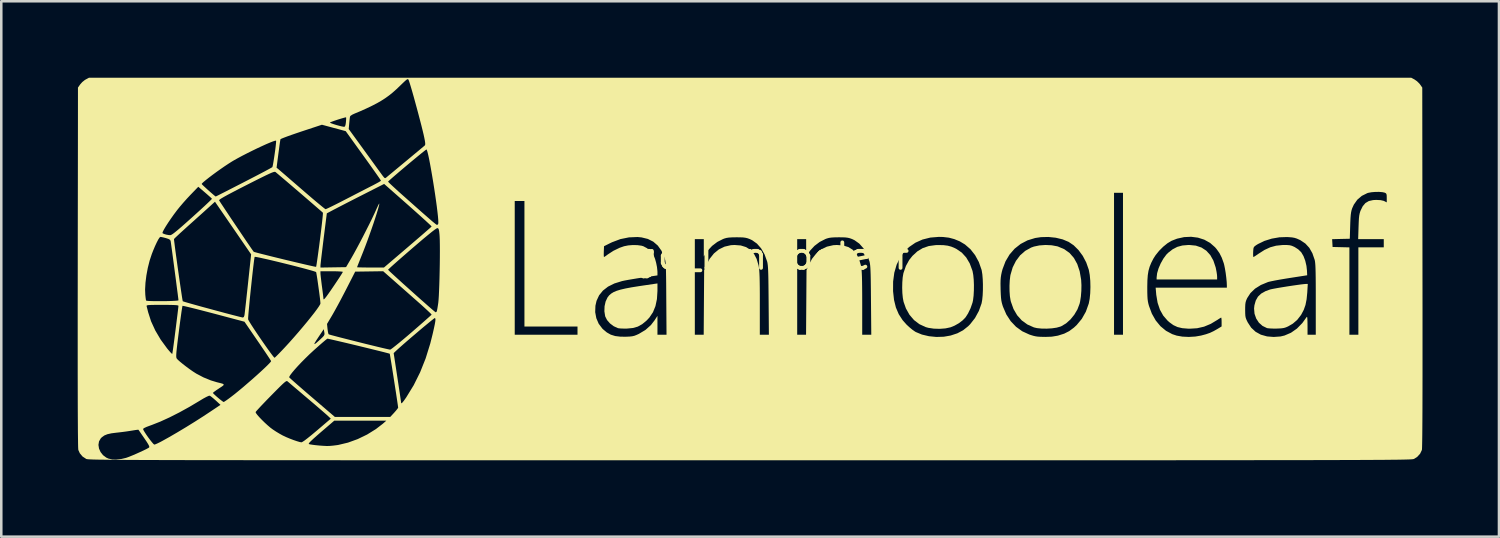
<source format=kicad_pcb>
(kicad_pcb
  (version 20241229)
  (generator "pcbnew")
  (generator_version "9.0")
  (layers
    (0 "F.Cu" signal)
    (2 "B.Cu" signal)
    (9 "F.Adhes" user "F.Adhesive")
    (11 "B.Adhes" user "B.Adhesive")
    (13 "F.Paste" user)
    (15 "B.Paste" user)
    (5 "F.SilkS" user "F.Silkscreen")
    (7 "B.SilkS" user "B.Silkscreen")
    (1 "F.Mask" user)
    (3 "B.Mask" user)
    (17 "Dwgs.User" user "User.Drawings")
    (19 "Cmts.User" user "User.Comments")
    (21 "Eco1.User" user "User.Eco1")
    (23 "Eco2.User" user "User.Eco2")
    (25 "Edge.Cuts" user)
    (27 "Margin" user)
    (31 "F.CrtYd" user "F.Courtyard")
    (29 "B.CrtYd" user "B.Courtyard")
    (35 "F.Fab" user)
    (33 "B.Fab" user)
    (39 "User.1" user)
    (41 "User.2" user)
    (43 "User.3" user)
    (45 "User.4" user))
  (footprint "Logo_Lannooleaf"
    (layer "F.Cu")
    (at 26.393 7.509)
    (property "Reference" "Logo_Lannooleaf" (at 0 -0.5 0) (unlocked yes) (layer "F.SilkS") (effects (font (size 1 1) (thickness 0.15))))
    (fp_poly (pts (xy 17.495 -0.918) (xy 17.716 -0.843) (xy 17.905 -0.72) (xy 18.062 -0.548) (xy 18.184 -0.33) (xy 18.273 -0.065) (xy 18.287 0.000182) (xy 18.31 0.12) (xy 18.326 0.232) (xy 18.331 0.31) (xy 18.331 0.411) (xy 15.956 0.411) (xy 15.956 0.334) (xy 15.976 0.165) (xy 16.032 -0.026) (xy 16.117 -0.222) (xy 16.221 -0.407) (xy 16.337 -0.564) (xy 16.406 -0.634) (xy 16.585 -0.774) (xy 16.767 -0.869) (xy 16.967 -0.923) (xy 17.2 -0.943) (xy 17.243 -0.943)) (stroke (width 0) (type solid)) (fill yes) (layer "F.SilkS"))
    (fp_poly (pts (xy -3.637 0.863) (xy -3.657 1.179) (xy -3.715 1.455) (xy -3.813 1.696) (xy -3.954 1.906) (xy -4.066 2.025) (xy -4.237 2.166) (xy -4.408 2.261) (xy -4.597 2.315) (xy -4.82 2.337) (xy -4.839 2.338) (xy -4.97 2.338) (xy -5.086 2.334) (xy -5.169 2.325) (xy -5.192 2.32) (xy -5.355 2.245) (xy -5.501 2.135) (xy -5.616 2.003) (xy -5.687 1.861) (xy -5.69 1.85) (xy -5.72 1.66) (xy -5.713 1.462) (xy -5.671 1.274) (xy -5.597 1.117) (xy -5.594 1.112) (xy -5.532 1.033) (xy -5.455 0.966) (xy -5.359 0.907) (xy -5.236 0.855) (xy -5.08 0.808) (xy -4.886 0.763) (xy -4.646 0.718) (xy -4.356 0.672) (xy -4.29 0.662) (xy -3.637 0.566)) (stroke (width 0) (type solid)) (fill yes) (layer "F.SilkS"))
    (fp_poly (pts (xy 21.869 0.925) (xy 21.843 1.189) (xy 21.799 1.411) (xy 21.731 1.604) (xy 21.637 1.782) (xy 21.621 1.808) (xy 21.475 1.996) (xy 21.302 2.145) (xy 21.118 2.252) (xy 21.032 2.29) (xy 20.949 2.315) (xy 20.852 2.329) (xy 20.722 2.336) (xy 20.664 2.338) (xy 20.528 2.338) (xy 20.407 2.333) (xy 20.316 2.324) (xy 20.286 2.318) (xy 20.112 2.233) (xy 19.97 2.106) (xy 19.864 1.943) (xy 19.799 1.756) (xy 19.781 1.552) (xy 19.795 1.423) (xy 19.848 1.236) (xy 19.934 1.085) (xy 20.06 0.965) (xy 20.231 0.869) (xy 20.41 0.804) (xy 20.478 0.788) (xy 20.593 0.766) (xy 20.743 0.739) (xy 20.915 0.711) (xy 21.1 0.681) (xy 21.286 0.653) (xy 21.46 0.628) (xy 21.613 0.607) (xy 21.732 0.593) (xy 21.806 0.587) (xy 21.811 0.587) (xy 21.889 0.587)) (stroke (width 0) (type solid)) (fill yes) (layer "F.SilkS"))
    (fp_poly (pts (xy 11.834 -0.932) (xy 12.052 -0.892) (xy 12.085 -0.882) (xy 12.331 -0.778) (xy 12.539 -0.628) (xy 12.709 -0.434) (xy 12.841 -0.194) (xy 12.936 0.09) (xy 12.993 0.418) (xy 12.994 0.431) (xy 13.005 0.636) (xy 13.001 0.861) (xy 12.983 1.083) (xy 12.952 1.28) (xy 12.932 1.364) (xy 12.848 1.585) (xy 12.724 1.795) (xy 12.572 1.982) (xy 12.399 2.136) (xy 12.216 2.245) (xy 12.18 2.26) (xy 12.031 2.302) (xy 11.845 2.329) (xy 11.642 2.341) (xy 11.441 2.338) (xy 11.26 2.32) (xy 11.14 2.292) (xy 10.884 2.178) (xy 10.664 2.019) (xy 10.482 1.816) (xy 10.339 1.571) (xy 10.237 1.285) (xy 10.223 1.229) (xy 10.197 1.068) (xy 10.183 0.87) (xy 10.181 0.657) (xy 10.191 0.449) (xy 10.213 0.266) (xy 10.221 0.225) (xy 10.307 -0.065) (xy 10.435 -0.32) (xy 10.599 -0.538) (xy 10.798 -0.712) (xy 11.027 -0.84) (xy 11.141 -0.881) (xy 11.354 -0.926) (xy 11.593 -0.943)) (stroke (width 0) (type solid)) (fill yes) (layer "F.SilkS"))
    (fp_poly (pts (xy 7.595 -0.936) (xy 7.755 -0.916) (xy 7.897 -0.878) (xy 8.041 -0.817) (xy 8.104 -0.784) (xy 8.309 -0.643) (xy 8.482 -0.453) (xy 8.621 -0.218) (xy 8.724 0.061) (xy 8.732 0.088) (xy 8.759 0.234) (xy 8.777 0.42) (xy 8.785 0.628) (xy 8.783 0.843) (xy 8.772 1.046) (xy 8.751 1.22) (xy 8.73 1.318) (xy 8.653 1.54) (xy 8.552 1.748) (xy 8.453 1.901) (xy 8.341 2.016) (xy 8.192 2.129) (xy 8.024 2.224) (xy 7.867 2.288) (xy 7.668 2.331) (xy 7.441 2.348) (xy 7.21 2.341) (xy 6.997 2.309) (xy 6.892 2.28) (xy 6.646 2.166) (xy 6.434 2.005) (xy 6.257 1.799) (xy 6.117 1.55) (xy 6.024 1.289) (xy 5.995 1.137) (xy 5.976 0.946) (xy 5.969 0.736) (xy 5.974 0.524) (xy 5.989 0.329) (xy 6.016 0.171) (xy 6.021 0.153) (xy 6.116 -0.121) (xy 6.243 -0.353) (xy 6.371 -0.514) (xy 6.564 -0.692) (xy 6.775 -0.82) (xy 7.011 -0.901) (xy 7.281 -0.938) (xy 7.397 -0.941)) (stroke (width 0) (type solid)) (fill yes) (layer "F.SilkS"))
    (fp_poly (pts (xy 26.077 -7.44) (xy 26.175 -7.372) (xy 26.267 -7.282) (xy 26.295 -7.247) (xy 26.383 -7.122) (xy 26.391 -0.063) (xy 26.392 0.784) (xy 26.393 1.573) (xy 26.393 2.305) (xy 26.393 2.982) (xy 26.393 3.603) (xy 26.393 4.171) (xy 26.392 4.685) (xy 26.391 5.147) (xy 26.39 5.558) (xy 26.388 5.918) (xy 26.386 6.229) (xy 26.384 6.491) (xy 26.381 6.705) (xy 26.378 6.873) (xy 26.375 6.995) (xy 26.372 7.072) (xy 26.368 7.104) (xy 26.297 7.252) (xy 26.182 7.377) (xy 26.061 7.453) (xy 26.053 7.456) (xy 26.042 7.459) (xy 26.027 7.462) (xy 26.007 7.465) (xy 25.981 7.468) (xy 25.947 7.47) (xy 25.905 7.473) (xy 25.852 7.475) (xy 25.789 7.477) (xy 25.714 7.479) (xy 25.626 7.481) (xy 25.523 7.483) (xy 25.405 7.485) (xy 25.27 7.486) (xy 25.118 7.488) (xy 24.946 7.49) (xy 24.755 7.491) (xy 24.542 7.492) (xy 24.308 7.494) (xy 24.049 7.495) (xy 23.766 7.496) (xy 23.458 7.497) (xy 23.122 7.498) (xy 22.759 7.499) (xy 22.366 7.5) (xy 21.943 7.501) (xy 21.488 7.501) (xy 21.001 7.502) (xy 20.48 7.503) (xy 19.925 7.503) (xy 19.333 7.504) (xy 18.704 7.504) (xy 18.037 7.505) (xy 17.33 7.505) (xy 16.583 7.506) (xy 15.794 7.506) (xy 14.962 7.506) (xy 14.086 7.506) (xy 13.165 7.507) (xy 12.198 7.507) (xy 11.183 7.507) (xy 10.12 7.507) (xy 9.007 7.507) (xy 7.843 7.507) (xy 6.627 7.507) (xy 5.358 7.507) (xy 4.034 7.507) (xy 2.655 7.507) (xy 1.22 7.507) (xy 0 7.507) (xy -1.483 7.507) (xy -2.908 7.507) (xy -4.277 7.507) (xy -5.59 7.507) (xy -6.85 7.507) (xy -8.056 7.507) (xy -9.211 7.507) (xy -10.315 7.507) (xy -11.369 7.507) (xy -12.376 7.507) (xy -13.334 7.506) (xy -14.247 7.506) (xy -15.115 7.506) (xy -15.939 7.506) (xy -16.721 7.505) (xy -17.46 7.505) (xy -18.16 7.505) (xy -18.82 7.504) (xy -19.442 7.504) (xy -20.027 7.503) (xy -20.577 7.503) (xy -21.091 7.502) (xy -21.572 7.501) (xy -22.021 7.501) (xy -22.439 7.5) (xy -22.826 7.499) (xy -23.185 7.498) (xy -23.515 7.497) (xy -23.819 7.496) (xy -24.098 7.495) (xy -24.352 7.494) (xy -24.582 7.492) (xy -24.791 7.491) (xy -24.979 7.489) (xy -25.147 7.488) (xy -25.296 7.486) (xy -25.427 7.484) (xy -25.543 7.483) (xy -25.643 7.481) (xy -25.728 7.479) (xy -25.801 7.477) (xy -25.862 7.474) (xy -25.913 7.472) (xy -25.954 7.47) (xy -25.986 7.467) (xy -26.011 7.465) (xy -26.03 7.462) (xy -26.045 7.459) (xy -26.055 7.456) (xy -26.061 7.453) (xy -26.202 7.361) (xy -26.311 7.231) (xy -26.368 7.104) (xy -26.372 7.069) (xy -26.376 6.989) (xy -26.378 6.904) (xy -25.579 6.904) (xy -25.557 7.047) (xy -25.496 7.184) (xy -25.399 7.307) (xy -25.271 7.403) (xy -25.18 7.444) (xy -25.038 7.473) (xy -24.864 7.476) (xy -24.677 7.456) (xy -24.496 7.413) (xy -24.48 7.408) (xy -24.376 7.37) (xy -24.246 7.317) (xy -24.101 7.255) (xy -23.954 7.189) (xy -23.816 7.125) (xy -23.701 7.069) (xy -23.62 7.025) (xy -23.592 7.006) (xy -23.582 6.984) (xy -23.592 6.943) (xy -23.626 6.877) (xy -23.688 6.777) (xy -23.776 6.647) (xy -23.859 6.527) (xy -23.929 6.425) (xy -23.98 6.35) (xy -24.007 6.313) (xy -24.009 6.31) (xy -24.04 6.31) (xy -24.115 6.319) (xy -24.222 6.336) (xy -24.291 6.347) (xy -24.451 6.372) (xy -24.636 6.397) (xy -24.814 6.418) (xy -24.863 6.423) (xy -25.068 6.449) (xy -25.225 6.484) (xy -25.346 6.533) (xy -25.441 6.6) (xy -25.488 6.647) (xy -25.557 6.767) (xy -25.579 6.904) (xy -26.378 6.904) (xy -26.379 6.865) (xy -26.381 6.695) (xy -26.384 6.478) (xy -26.386 6.281) (xy -23.827 6.281) (xy -23.809 6.328) (xy -23.763 6.406) (xy -23.699 6.504) (xy -23.624 6.611) (xy -23.547 6.714) (xy -23.476 6.803) (xy -23.42 6.867) (xy -23.386 6.892) (xy -23.385 6.893) (xy -23.34 6.879) (xy -23.286 6.856) (xy -17.325 6.856) (xy -17.321 6.87) (xy -17.272 6.884) (xy -17.177 6.899) (xy -17.051 6.915) (xy -16.908 6.929) (xy -16.76 6.94) (xy -16.622 6.947) (xy -16.599 6.947) (xy -16.494 6.944) (xy -16.356 6.931) (xy -16.209 6.912) (xy -16.159 6.904) (xy -15.783 6.814) (xy -15.403 6.676) (xy -15.033 6.497) (xy -14.688 6.283) (xy -14.421 6.077) (xy -14.28 5.954) (xy -16.324 5.954) (xy -16.844 6.4) (xy -17.019 6.552) (xy -17.152 6.671) (xy -17.245 6.759) (xy -17.302 6.819) (xy -17.325 6.856) (xy -23.286 6.856) (xy -23.258 6.843) (xy -23.152 6.791) (xy -23.086 6.756) (xy -22.798 6.596) (xy -22.477 6.409) (xy -22.137 6.205) (xy -21.79 5.99) (xy -21.452 5.774) (xy -21.213 5.616) (xy -19.411 5.616) (xy -19.395 5.657) (xy -19.343 5.727) (xy -19.263 5.818) (xy -19.163 5.922) (xy -19.052 6.031) (xy -18.937 6.136) (xy -18.828 6.229) (xy -18.735 6.298) (xy -18.608 6.382) (xy -18.468 6.466) (xy -18.344 6.535) (xy -18.331 6.541) (xy -18.21 6.598) (xy -18.069 6.657) (xy -17.925 6.712) (xy -17.791 6.758) (xy -17.682 6.79) (xy -17.611 6.803) (xy -17.61 6.803) (xy -17.568 6.784) (xy -17.485 6.729) (xy -17.368 6.639) (xy -17.218 6.519) (xy -17.04 6.37) (xy -17.004 6.34) (xy -16.458 5.874) (xy -16.566 5.772) (xy -16.615 5.727) (xy -16.702 5.651) (xy -16.822 5.547) (xy -16.966 5.423) (xy -17.13 5.282) (xy -17.307 5.132) (xy -17.393 5.059) (xy -17.57 4.909) (xy -17.734 4.769) (xy -17.88 4.646) (xy -18.001 4.543) (xy -18.092 4.465) (xy -18.148 4.418) (xy -18.161 4.407) (xy -18.178 4.398) (xy -18.202 4.401) (xy -18.237 4.421) (xy -18.287 4.46) (xy -18.358 4.524) (xy -18.454 4.617) (xy -18.579 4.742) (xy -18.739 4.904) (xy -18.806 4.972) (xy -18.959 5.128) (xy -19.097 5.272) (xy -19.217 5.398) (xy -19.312 5.501) (xy -19.378 5.574) (xy -19.409 5.613) (xy -19.411 5.616) (xy -21.213 5.616) (xy -21.181 5.595) (xy -20.788 5.332) (xy -20.975 5.16) (xy -21.066 5.08) (xy -21.145 5.016) (xy -21.199 4.977) (xy -21.21 4.972) (xy -21.255 4.98) (xy -21.342 5.02) (xy -21.464 5.086) (xy -21.605 5.171) (xy -22.006 5.41) (xy -22.403 5.629) (xy -22.788 5.824) (xy -23.151 5.99) (xy -23.483 6.121) (xy -23.552 6.146) (xy -23.688 6.197) (xy -23.781 6.24) (xy -23.825 6.273) (xy -23.827 6.281) (xy -26.386 6.281) (xy -26.386 6.213) (xy -26.388 5.9) (xy -26.39 5.537) (xy -26.391 5.124) (xy -26.392 4.659) (xy -26.393 4.142) (xy -26.393 3.571) (xy -26.393 3.416) (xy -22.526 3.416) (xy -22.523 3.464) (xy -22.515 3.496) (xy -22.508 3.511) (xy -22.463 3.562) (xy -22.379 3.637) (xy -22.268 3.728) (xy -22.139 3.828) (xy -22.004 3.928) (xy -21.872 4.02) (xy -21.755 4.095) (xy -21.736 4.107) (xy -21.456 4.254) (xy -21.165 4.373) (xy -20.927 4.445) (xy -20.785 4.48) (xy -20.696 4.506) (xy -20.66 4.532) (xy -20.673 4.565) (xy -20.733 4.612) (xy -20.838 4.68) (xy -20.85 4.689) (xy -20.952 4.757) (xy -21.031 4.814) (xy -21.078 4.853) (xy -21.087 4.863) (xy -21.064 4.892) (xy -21.008 4.946) (xy -20.931 5.015) (xy -20.846 5.087) (xy -20.765 5.152) (xy -20.7 5.2) (xy -20.666 5.22) (xy -20.665 5.22) (xy -20.632 5.204) (xy -20.563 5.158) (xy -20.469 5.091) (xy -20.369 5.016) (xy -20.227 4.906) (xy -20.069 4.777) (xy -19.898 4.635) (xy -19.723 4.484) (xy -19.547 4.332) (xy -19.457 4.252) (xy -18.092 4.252) (xy -18.068 4.276) (xy -18.004 4.335) (xy -17.906 4.422) (xy -17.777 4.536) (xy -17.623 4.67) (xy -17.448 4.822) (xy -17.257 4.986) (xy -17.19 5.043) (xy -16.298 5.807) (xy -14.126 5.807) (xy -13.97 5.639) (xy -13.897 5.555) (xy -13.842 5.487) (xy -13.816 5.445) (xy -13.815 5.441) (xy -13.82 5.402) (xy -13.832 5.315) (xy -13.851 5.187) (xy -13.875 5.026) (xy -13.903 4.839) (xy -13.935 4.636) (xy -13.968 4.423) (xy -14.001 4.209) (xy -14.034 4.001) (xy -14.064 3.808) (xy -14.092 3.637) (xy -14.115 3.496) (xy -14.132 3.393) (xy -14.142 3.336) (xy -14.144 3.327) (xy -14.176 3.316) (xy -14.231 3.301) (xy -13.991 3.301) (xy -13.844 4.266) (xy -13.809 4.498) (xy -13.777 4.711) (xy -13.749 4.898) (xy -13.726 5.054) (xy -13.709 5.17) (xy -13.699 5.24) (xy -13.697 5.257) (xy -13.685 5.274) (xy -13.648 5.242) (xy -13.584 5.162) (xy -13.495 5.034) (xy -13.205 4.561) (xy -12.953 4.054) (xy -12.736 3.51) (xy -12.554 2.923) (xy -12.468 2.581) (xy -9.239 2.581) (xy -6.775 2.581) (xy -6.775 2.258) (xy -8.858 2.258) (xy -8.858 1.693) (xy -6.081 1.693) (xy -6.037 1.93) (xy -5.944 2.147) (xy -5.803 2.335) (xy -5.773 2.365) (xy -5.624 2.49) (xy -5.469 2.577) (xy -5.296 2.631) (xy -5.091 2.656) (xy -4.88 2.658) (xy -4.736 2.652) (xy -4.631 2.641) (xy -4.544 2.621) (xy -4.453 2.586) (xy -4.366 2.546) (xy -4.108 2.392) (xy -3.893 2.2) (xy -3.749 2.012) (xy -3.637 1.839) (xy -3.637 2.581) (xy -3.281 2.581) (xy -2.17 2.581) (xy -1.822 2.581) (xy -1.813 1.313) (xy -1.804 0.044) (xy -1.725 -0.141) (xy -1.588 -0.4) (xy -1.421 -0.61) (xy -1.226 -0.77) (xy -1.003 -0.878) (xy -0.755 -0.935) (xy -0.613 -0.943) (xy -0.367 -0.924) (xy -0.159 -0.86) (xy 0.013 -0.752) (xy 0.151 -0.598) (xy 0.256 -0.396) (xy 0.33 -0.145) (xy 0.338 -0.104) (xy 0.349 -0.032) (xy 0.359 0.059) (xy 0.366 0.174) (xy 0.372 0.318) (xy 0.376 0.497) (xy 0.379 0.717) (xy 0.381 0.984) (xy 0.381 1.303) (xy 0.381 1.352) (xy 0.381 2.581) (xy 0.737 2.581) (xy 1.848 2.581) (xy 2.196 2.581) (xy 2.205 1.313) (xy 2.214 0.044) (xy 2.294 -0.141) (xy 2.43 -0.4) (xy 2.597 -0.61) (xy 2.793 -0.77) (xy 3.015 -0.878) (xy 3.264 -0.935) (xy 3.405 -0.943) (xy 3.651 -0.924) (xy 3.86 -0.86) (xy 4.032 -0.752) (xy 4.169 -0.598) (xy 4.274 -0.396) (xy 4.348 -0.145) (xy 4.356 -0.104) (xy 4.368 -0.032) (xy 4.377 0.059) (xy 4.384 0.174) (xy 4.39 0.318) (xy 4.394 0.497) (xy 4.397 0.717) (xy 4.399 0.984) (xy 4.4 1.303) (xy 4.4 1.352) (xy 4.4 2.581) (xy 4.756 2.581) (xy 4.744 1.225) (xy 4.741 0.899) (xy 4.741 0.87) (xy 5.611 0.87) (xy 5.612 0.878) (xy 5.649 1.215) (xy 5.722 1.511) (xy 5.834 1.773) (xy 5.986 2.008) (xy 6.14 2.182) (xy 6.249 2.283) (xy 6.363 2.378) (xy 6.465 2.45) (xy 6.502 2.473) (xy 6.744 2.573) (xy 7.019 2.638) (xy 7.31 2.667) (xy 7.603 2.658) (xy 7.872 2.611) (xy 8.135 2.524) (xy 8.359 2.405) (xy 8.561 2.244) (xy 8.636 2.168) (xy 8.827 1.925) (xy 8.98 1.644) (xy 9.085 1.349) (xy 9.11 1.213) (xy 9.128 1.034) (xy 9.137 0.83) (xy 9.138 0.614) (xy 9.137 0.571) (xy 9.828 0.571) (xy 9.831 0.742) (xy 9.832 0.807) (xy 9.839 0.989) (xy 9.848 1.128) (xy 9.861 1.238) (xy 9.881 1.333) (xy 9.909 1.43) (xy 9.926 1.481) (xy 10.057 1.784) (xy 10.229 2.048) (xy 10.438 2.268) (xy 10.682 2.444) (xy 10.96 2.572) (xy 11.014 2.59) (xy 11.115 2.621) (xy 11.201 2.641) (xy 11.289 2.654) (xy 11.397 2.661) (xy 11.541 2.664) (xy 11.588 2.665) (xy 11.839 2.656) (xy 12.064 2.619) (xy 12.096 2.611) (xy 12.19 2.581) (xy 14.284 2.581) (xy 14.636 2.581) (xy 14.636 0.719) (xy 15.589 0.719) (xy 15.59 0.913) (xy 15.594 1.061) (xy 15.601 1.177) (xy 15.614 1.274) (xy 15.633 1.365) (xy 15.657 1.451) (xy 15.77 1.754) (xy 15.921 2.02) (xy 16.107 2.245) (xy 16.324 2.425) (xy 16.57 2.557) (xy 16.745 2.615) (xy 16.968 2.654) (xy 17.22 2.666) (xy 17.476 2.651) (xy 17.701 2.612) (xy 17.892 2.561) (xy 18.048 2.507) (xy 18.194 2.438) (xy 18.339 2.356) (xy 18.507 2.254) (xy 18.507 2.08) (xy 18.505 1.988) (xy 18.498 1.925) (xy 18.491 1.906) (xy 18.459 1.922) (xy 18.396 1.961) (xy 18.351 1.991) (xy 18.082 2.153) (xy 17.818 2.263) (xy 17.545 2.325) (xy 17.252 2.343) (xy 17.188 2.341) (xy 16.962 2.322) (xy 16.776 2.278) (xy 16.614 2.203) (xy 16.459 2.091) (xy 16.385 2.025) (xy 16.215 1.828) (xy 16.088 1.601) (xy 19.431 1.601) (xy 19.433 1.74) (xy 19.439 1.839) (xy 19.454 1.917) (xy 19.483 1.994) (xy 19.528 2.087) (xy 19.534 2.098) (xy 19.669 2.304) (xy 19.841 2.464) (xy 20.048 2.578) (xy 20.292 2.646) (xy 20.55 2.667) (xy 20.819 2.648) (xy 20.976 2.611) (xy 21.23 2.502) (xy 21.463 2.339) (xy 21.675 2.122) (xy 21.842 1.889) (xy 21.857 1.876) (xy 21.867 1.895) (xy 21.873 1.954) (xy 21.877 2.059) (xy 21.879 2.207) (xy 21.88 2.581) (xy 22.203 2.581) (xy 22.203 1.194) (xy 22.203 0.857) (xy 22.202 0.574) (xy 22.2 0.339) (xy 22.197 0.147) (xy 22.193 -0.007) (xy 22.188 -0.129) (xy 22.181 -0.222) (xy 22.173 -0.293) (xy 22.163 -0.347) (xy 22.16 -0.359) (xy 22.07 -0.619) (xy 21.949 -0.832) (xy 21.793 -1.001) (xy 21.599 -1.131) (xy 21.563 -1.148) (xy 21.511 -1.171) (xy 22.845 -1.171) (xy 22.854 -1.018) (xy 22.863 -0.865) (xy 23.193 -0.857) (xy 23.523 -0.849) (xy 23.523 2.581) (xy 23.875 2.581) (xy 23.875 -0.851) (xy 24.872 -0.851) (xy 24.872 -1.173) (xy 23.867 -1.173) (xy 23.882 -1.65) (xy 23.889 -1.841) (xy 23.897 -1.986) (xy 23.909 -2.096) (xy 23.926 -2.182) (xy 23.948 -2.257) (xy 23.959 -2.288) (xy 24.046 -2.464) (xy 24.152 -2.589) (xy 24.286 -2.668) (xy 24.456 -2.706) (xy 24.579 -2.712) (xy 24.75 -2.703) (xy 24.871 -2.675) (xy 24.894 -2.664) (xy 24.989 -2.615) (xy 24.989 -2.789) (xy 24.987 -2.888) (xy 24.976 -2.945) (xy 24.951 -2.976) (xy 24.909 -2.997) (xy 24.817 -3.017) (xy 24.688 -3.027) (xy 24.54 -3.026) (xy 24.395 -3.014) (xy 24.272 -2.992) (xy 24.227 -2.979) (xy 24.01 -2.871) (xy 23.833 -2.72) (xy 23.697 -2.527) (xy 23.632 -2.384) (xy 23.608 -2.309) (xy 23.59 -2.227) (xy 23.576 -2.128) (xy 23.566 -1.999) (xy 23.558 -1.829) (xy 23.554 -1.701) (xy 23.538 -1.188) (xy 23.191 -1.18) (xy 22.845 -1.171) (xy 21.511 -1.171) (xy 21.46 -1.194) (xy 21.369 -1.223) (xy 21.269 -1.241) (xy 21.139 -1.251) (xy 21.074 -1.255) (xy 20.777 -1.245) (xy 20.477 -1.193) (xy 20.191 -1.104) (xy 19.936 -0.981) (xy 19.871 -0.941) (xy 19.809 -0.897) (xy 19.773 -0.857) (xy 19.755 -0.802) (xy 19.748 -0.715) (xy 19.745 -0.666) (xy 19.743 -0.567) (xy 19.747 -0.497) (xy 19.755 -0.469) (xy 19.755 -0.469) (xy 19.786 -0.485) (xy 19.851 -0.527) (xy 19.938 -0.586) (xy 19.954 -0.598) (xy 20.192 -0.749) (xy 20.417 -0.853) (xy 20.645 -0.915) (xy 20.89 -0.941) (xy 20.953 -0.942) (xy 21.087 -0.941) (xy 21.184 -0.932) (xy 21.264 -0.911) (xy 21.347 -0.875) (xy 21.377 -0.86) (xy 21.513 -0.773) (xy 21.624 -0.666) (xy 21.637 -0.65) (xy 21.721 -0.507) (xy 21.79 -0.325) (xy 21.837 -0.122) (xy 21.857 0.057) (xy 21.866 0.246) (xy 21.176 0.353) (xy 20.972 0.386) (xy 20.777 0.419) (xy 20.602 0.451) (xy 20.459 0.48) (xy 20.358 0.503) (xy 20.326 0.512) (xy 20.049 0.627) (xy 19.819 0.771) (xy 19.639 0.945) (xy 19.512 1.14) (xy 19.474 1.224) (xy 19.45 1.3) (xy 19.437 1.385) (xy 19.432 1.499) (xy 19.431 1.601) (xy 16.088 1.601) (xy 16.086 1.597) (xy 15.995 1.326) (xy 15.942 1.014) (xy 15.937 0.956) (xy 15.918 0.733) (xy 18.713 0.733) (xy 18.713 0.648) (xy 18.707 0.509) (xy 18.69 0.339) (xy 18.667 0.156) (xy 18.638 -0.018) (xy 18.608 -0.164) (xy 18.591 -0.228) (xy 18.513 -0.445) (xy 18.423 -0.624) (xy 18.309 -0.784) (xy 18.247 -0.856) (xy 18.054 -1.025) (xy 17.828 -1.151) (xy 17.578 -1.231) (xy 17.311 -1.265) (xy 17.035 -1.252) (xy 16.758 -1.191) (xy 16.542 -1.107) (xy 16.382 -1.011) (xy 16.214 -0.875) (xy 16.053 -0.714) (xy 15.914 -0.541) (xy 15.831 -0.411) (xy 15.745 -0.244) (xy 15.682 -0.089) (xy 15.637 0.069) (xy 15.609 0.243) (xy 15.594 0.447) (xy 15.589 0.694) (xy 15.589 0.719) (xy 14.636 0.719) (xy 14.636 -2.992) (xy 14.284 -2.992) (xy 14.284 2.581) (xy 12.19 2.581) (xy 12.329 2.537) (xy 12.526 2.437) (xy 12.709 2.301) (xy 12.818 2.2) (xy 13.019 1.957) (xy 13.178 1.676) (xy 13.292 1.358) (xy 13.292 1.358) (xy 13.328 1.173) (xy 13.35 0.95) (xy 13.358 0.706) (xy 13.352 0.461) (xy 13.331 0.233) (xy 13.296 0.041) (xy 13.291 0.021) (xy 13.193 -0.258) (xy 13.057 -0.516) (xy 12.89 -0.743) (xy 12.7 -0.931) (xy 12.504 -1.064) (xy 12.268 -1.163) (xy 11.997 -1.228) (xy 11.709 -1.258) (xy 11.417 -1.251) (xy 11.19 -1.217) (xy 10.889 -1.125) (xy 10.619 -0.984) (xy 10.383 -0.798) (xy 10.184 -0.569) (xy 10.025 -0.301) (xy 9.909 0.004) (xy 9.881 0.106) (xy 9.856 0.222) (xy 9.84 0.327) (xy 9.831 0.438) (xy 9.828 0.571) (xy 9.137 0.571) (xy 9.131 0.404) (xy 9.116 0.215) (xy 9.092 0.064) (xy 9.084 0.029) (xy 8.978 -0.274) (xy 8.831 -0.544) (xy 8.649 -0.776) (xy 8.434 -0.963) (xy 8.23 -1.085) (xy 8.014 -1.174) (xy 7.803 -1.23) (xy 7.574 -1.257) (xy 7.408 -1.261) (xy 7.075 -1.234) (xy 6.767 -1.157) (xy 6.487 -1.032) (xy 6.238 -0.861) (xy 6.025 -0.646) (xy 5.889 -0.453) (xy 5.752 -0.172) (xy 5.66 0.144) (xy 5.613 0.492) (xy 5.611 0.87) (xy 4.741 0.87) (xy 4.738 0.626) (xy 4.735 0.401) (xy 4.731 0.217) (xy 4.726 0.07) (xy 4.72 -0.046) (xy 4.713 -0.136) (xy 4.704 -0.207) (xy 4.694 -0.264) (xy 4.683 -0.308) (xy 4.582 -0.581) (xy 4.449 -0.812) (xy 4.287 -0.996) (xy 4.097 -1.131) (xy 4.003 -1.176) (xy 3.917 -1.207) (xy 3.835 -1.227) (xy 3.741 -1.239) (xy 3.619 -1.244) (xy 3.476 -1.245) (xy 3.312 -1.242) (xy 3.191 -1.235) (xy 3.096 -1.221) (xy 3.012 -1.198) (xy 2.956 -1.177) (xy 2.732 -1.063) (xy 2.527 -0.908) (xy 2.36 -0.728) (xy 2.322 -0.675) (xy 2.2 -0.492) (xy 2.2 -1.173) (xy 1.848 -1.173) (xy 1.848 2.581) (xy 0.737 2.581) (xy 0.726 1.225) (xy 0.723 0.899) (xy 0.72 0.626) (xy 0.717 0.401) (xy 0.713 0.217) (xy 0.708 0.07) (xy 0.702 -0.046) (xy 0.695 -0.136) (xy 0.686 -0.207) (xy 0.676 -0.264) (xy 0.664 -0.308) (xy 0.564 -0.581) (xy 0.431 -0.812) (xy 0.269 -0.996) (xy 0.079 -1.131) (xy -0.016 -1.176) (xy -0.101 -1.207) (xy -0.183 -1.227) (xy -0.277 -1.239) (xy -0.399 -1.244) (xy -0.543 -1.245) (xy -0.706 -1.242) (xy -0.828 -1.235) (xy -0.922 -1.221) (xy -1.006 -1.198) (xy -1.062 -1.177) (xy -1.287 -1.063) (xy -1.491 -0.908) (xy -1.659 -0.728) (xy -1.696 -0.675) (xy -1.818 -0.492) (xy -1.818 -1.173) (xy -2.17 -1.173) (xy -2.17 2.581) (xy -3.281 2.581) (xy -3.291 1.151) (xy -3.293 0.824) (xy -3.295 0.551) (xy -3.298 0.325) (xy -3.301 0.141) (xy -3.304 -0.007) (xy -3.309 -0.123) (xy -3.314 -0.214) (xy -3.322 -0.284) (xy -3.331 -0.341) (xy -3.342 -0.388) (xy -3.355 -0.431) (xy -3.368 -0.469) (xy -3.48 -0.719) (xy -3.624 -0.92) (xy -3.801 -1.073) (xy -4.013 -1.18) (xy -4.262 -1.241) (xy -4.422 -1.256) (xy -4.755 -1.242) (xy -5.091 -1.174) (xy -5.419 -1.051) (xy -5.488 -1.018) (xy -5.734 -0.895) (xy -5.743 -0.682) (xy -5.745 -0.579) (xy -5.743 -0.503) (xy -5.737 -0.47) (xy -5.736 -0.469) (xy -5.706 -0.486) (xy -5.644 -0.528) (xy -5.583 -0.574) (xy -5.364 -0.716) (xy -5.119 -0.834) (xy -4.947 -0.894) (xy -4.787 -0.926) (xy -4.606 -0.941) (xy -4.424 -0.937) (xy -4.264 -0.915) (xy -4.194 -0.895) (xy -4.053 -0.82) (xy -3.918 -0.705) (xy -3.808 -0.568) (xy -3.779 -0.518) (xy -3.731 -0.397) (xy -3.688 -0.242) (xy -3.655 -0.075) (xy -3.639 0.078) (xy -3.637 0.118) (xy -3.637 0.251) (xy -4.216 0.335) (xy -4.413 0.364) (xy -4.606 0.396) (xy -4.783 0.426) (xy -4.929 0.453) (xy -5.027 0.474) (xy -5.326 0.567) (xy -5.576 0.691) (xy -5.776 0.846) (xy -5.927 1.032) (xy -6.028 1.249) (xy -6.072 1.442) (xy -6.081 1.693) (xy -8.858 1.693) (xy -8.858 -2.669) (xy -9.239 -2.669) (xy -9.239 2.581) (xy -12.468 2.581) (xy -12.452 2.513) (xy -12.408 2.318) (xy -12.377 2.171) (xy -12.359 2.067) (xy -12.351 1.996) (xy -12.354 1.953) (xy -12.366 1.929) (xy -12.374 1.923) (xy -12.4 1.939) (xy -12.464 1.987) (xy -12.56 2.064) (xy -12.681 2.164) (xy -12.823 2.281) (xy -12.977 2.411) (xy -13.139 2.549) (xy -13.303 2.688) (xy -13.461 2.824) (xy -13.608 2.952) (xy -13.737 3.066) (xy -13.843 3.161) (xy -13.92 3.232) (xy -13.925 3.237) (xy -13.991 3.301) (xy -14.231 3.301) (xy -14.257 3.294) (xy -14.38 3.262) (xy -14.54 3.222) (xy -14.727 3.176) (xy -14.936 3.124) (xy -15.158 3.07) (xy -15.387 3.014) (xy -15.616 2.959) (xy -15.837 2.906) (xy -16.042 2.858) (xy -16.226 2.815) (xy -16.38 2.779) (xy -16.497 2.753) (xy -16.571 2.737) (xy -16.593 2.734) (xy -16.624 2.756) (xy -16.692 2.811) (xy -16.79 2.894) (xy -16.912 3) (xy -17.05 3.123) (xy -17.132 3.196) (xy -17.294 3.346) (xy -17.455 3.503) (xy -17.61 3.659) (xy -17.751 3.808) (xy -17.875 3.946) (xy -17.976 4.066) (xy -18.049 4.162) (xy -18.087 4.227) (xy -18.092 4.252) (xy -19.457 4.252) (xy -19.377 4.181) (xy -19.219 4.038) (xy -19.078 3.907) (xy -18.96 3.794) (xy -18.871 3.704) (xy -18.816 3.642) (xy -18.802 3.615) (xy -18.818 3.586) (xy -18.863 3.515) (xy -18.934 3.408) (xy -19.026 3.27) (xy -19.136 3.108) (xy -19.259 2.927) (xy -19.325 2.831) (xy -19.847 2.069) (xy -20.241 1.964) (xy -19.704 1.964) (xy -19.704 1.975) (xy -19.684 2.018) (xy -19.636 2.099) (xy -19.566 2.211) (xy -19.477 2.348) (xy -19.375 2.501) (xy -19.264 2.665) (xy -19.15 2.831) (xy -19.038 2.992) (xy -18.932 3.142) (xy -18.837 3.273) (xy -18.758 3.379) (xy -18.701 3.451) (xy -18.67 3.483) (xy -18.666 3.484) (xy -18.637 3.461) (xy -18.575 3.401) (xy -18.487 3.312) (xy -18.38 3.201) (xy -18.266 3.08) (xy -18.142 2.945) (xy -17.105 2.945) (xy -17.084 2.944) (xy -17.025 2.9) (xy -16.927 2.813) (xy -16.874 2.765) (xy -16.786 2.681) (xy -16.734 2.624) (xy -16.71 2.579) (xy -16.706 2.533) (xy -16.714 2.478) (xy -16.735 2.361) (xy -16.947 2.678) (xy -17.036 2.813) (xy -17.089 2.901) (xy -17.105 2.945) (xy -18.142 2.945) (xy -18.086 2.884) (xy -17.904 2.679) (xy -17.724 2.472) (xy -17.551 2.268) (xy -17.458 2.156) (xy -16.607 2.156) (xy -16.588 2.346) (xy -16.574 2.448) (xy -16.558 2.526) (xy -16.544 2.562) (xy -16.512 2.573) (xy -16.43 2.597) (xy -16.305 2.63) (xy -16.146 2.672) (xy -15.958 2.72) (xy -15.75 2.773) (xy -15.528 2.829) (xy -15.301 2.886) (xy -15.074 2.943) (xy -14.856 2.996) (xy -14.653 3.046) (xy -14.473 3.089) (xy -14.323 3.124) (xy -14.211 3.149) (xy -14.144 3.163) (xy -14.13 3.165) (xy -14.096 3.147) (xy -14.024 3.095) (xy -13.919 3.012) (xy -13.785 2.904) (xy -13.629 2.775) (xy -13.456 2.629) (xy -13.294 2.49) (xy -13.112 2.332) (xy -12.944 2.186) (xy -12.796 2.056) (xy -12.673 1.947) (xy -12.579 1.864) (xy -12.52 1.81) (xy -12.501 1.791) (xy -12.52 1.766) (xy -12.578 1.709) (xy -12.668 1.624) (xy -12.785 1.516) (xy -12.923 1.391) (xy -13.059 1.271) (xy -13.241 1.111) (xy -13.434 0.94) (xy -13.627 0.77) (xy -13.807 0.612) (xy -13.96 0.477) (xy -14.013 0.43) (xy -14.403 0.087) (xy -15.501 0.103) (xy -15.853 0.792) (xy -15.961 1) (xy -16.072 1.212) (xy -16.181 1.415) (xy -16.281 1.597) (xy -16.365 1.747) (xy -16.406 1.818) (xy -16.607 2.156) (xy -17.458 2.156) (xy -17.387 2.071) (xy -17.239 1.887) (xy -17.109 1.722) (xy -17.003 1.58) (xy -16.924 1.466) (xy -16.877 1.387) (xy -16.865 1.352) (xy -16.869 1.296) (xy -16.879 1.196) (xy -16.895 1.064) (xy -16.915 0.91) (xy -16.938 0.744) (xy -16.961 0.579) (xy -16.983 0.423) (xy -17.004 0.29) (xy -17.021 0.188) (xy -17.032 0.13) (xy -17.035 0.121) (xy -17.067 0.106) (xy -17.122 0.088) (xy -16.865 0.088) (xy -16.865 0.169) (xy -16.861 0.226) (xy -16.85 0.328) (xy -16.834 0.464) (xy -16.815 0.619) (xy -16.806 0.685) (xy -16.785 0.842) (xy -16.768 0.98) (xy -16.755 1.088) (xy -16.748 1.155) (xy -16.748 1.168) (xy -16.742 1.19) (xy -16.724 1.186) (xy -16.69 1.153) (xy -16.636 1.086) (xy -16.561 0.983) (xy -16.46 0.839) (xy -16.331 0.649) (xy -16.31 0.618) (xy -16.211 0.47) (xy -16.123 0.337) (xy -16.053 0.229) (xy -16.006 0.152) (xy -15.985 0.114) (xy -15.985 0.112) (xy -16.013 0.104) (xy -16.089 0.097) (xy -16.203 0.091) (xy -16.346 0.088) (xy -16.425 0.088) (xy -16.865 0.088) (xy -17.122 0.088) (xy -17.149 0.079) (xy -17.273 0.043) (xy -17.325 0.029) (xy -14.211 0.029) (xy -14.189 0.052) (xy -14.13 0.11) (xy -14.037 0.196) (xy -13.917 0.306) (xy -13.775 0.435) (xy -13.617 0.579) (xy -13.447 0.731) (xy -13.272 0.888) (xy -13.098 1.044) (xy -12.929 1.194) (xy -12.771 1.333) (xy -12.63 1.458) (xy -12.511 1.561) (xy -12.419 1.639) (xy -12.361 1.687) (xy -12.342 1.7) (xy -12.31 1.68) (xy -12.303 1.67) (xy -12.291 1.629) (xy -12.274 1.544) (xy -12.255 1.427) (xy -12.24 1.325) (xy -12.229 1.211) (xy -12.218 1.048) (xy -12.209 0.845) (xy -12.2 0.611) (xy -12.192 0.354) (xy -12.186 0.085) (xy -12.181 -0.187) (xy -12.178 -0.454) (xy -12.177 -0.707) (xy -12.178 -0.935) (xy -12.181 -1.13) (xy -12.187 -1.282) (xy -12.193 -1.364) (xy -12.206 -1.482) (xy -12.221 -1.554) (xy -12.24 -1.591) (xy -12.268 -1.605) (xy -12.275 -1.606) (xy -12.31 -1.591) (xy -12.383 -1.542) (xy -12.493 -1.458) (xy -12.642 -1.337) (xy -12.832 -1.18) (xy -13.062 -0.984) (xy -13.272 -0.804) (xy -13.472 -0.631) (xy -13.657 -0.47) (xy -13.823 -0.325) (xy -13.965 -0.199) (xy -14.079 -0.097) (xy -14.16 -0.022) (xy -14.204 0.02) (xy -14.211 0.029) (xy -17.325 0.029) (xy -17.432 -0.001) (xy -17.619 -0.051) (xy -17.645 -0.057) (xy -16.865 -0.057) (xy -16.362 -0.065) (xy -15.86 -0.073) (xy -15.654 -0.425) (xy -15.558 -0.595) (xy -15.445 -0.801) (xy -15.322 -1.031) (xy -15.194 -1.276) (xy -15.068 -1.523) (xy -14.947 -1.762) (xy -14.839 -1.982) (xy -14.75 -2.17) (xy -14.693 -2.296) (xy -14.641 -2.411) (xy -14.598 -2.502) (xy -14.568 -2.558) (xy -14.557 -2.571) (xy -14.558 -2.535) (xy -14.577 -2.452) (xy -14.612 -2.327) (xy -14.66 -2.168) (xy -14.72 -1.982) (xy -14.788 -1.776) (xy -14.864 -1.556) (xy -14.944 -1.33) (xy -15.025 -1.105) (xy -15.107 -0.887) (xy -15.186 -0.683) (xy -15.211 -0.62) (xy -15.277 -0.455) (xy -15.335 -0.309) (xy -15.382 -0.19) (xy -15.414 -0.109) (xy -15.427 -0.071) (xy -15.428 -0.07) (xy -15.4 -0.066) (xy -15.323 -0.063) (xy -15.205 -0.061) (xy -15.057 -0.059) (xy -14.899 -0.059) (xy -14.371 -0.059) (xy -13.44 -0.854) (xy -13.241 -1.025) (xy -13.056 -1.184) (xy -12.889 -1.327) (xy -12.747 -1.451) (xy -12.633 -1.55) (xy -12.551 -1.622) (xy -12.508 -1.662) (xy -12.502 -1.669) (xy -12.521 -1.692) (xy -12.58 -1.75) (xy -12.675 -1.838) (xy -12.8 -1.952) (xy -12.951 -2.089) (xy -13.124 -2.244) (xy -13.314 -2.413) (xy -13.429 -2.515) (xy -14.365 -3.34) (xy -15.168 -2.932) (xy -15.387 -2.821) (xy -15.606 -2.709) (xy -15.815 -2.602) (xy -16.004 -2.504) (xy -16.162 -2.423) (xy -16.28 -2.361) (xy -16.293 -2.355) (xy -16.615 -2.185) (xy -16.739 -1.203) (xy -16.768 -0.966) (xy -16.795 -0.744) (xy -16.819 -0.546) (xy -16.839 -0.379) (xy -16.853 -0.25) (xy -16.862 -0.166) (xy -16.864 -0.139) (xy -16.865 -0.057) (xy -17.645 -0.057) (xy -17.827 -0.105) (xy -18.048 -0.161) (xy -18.275 -0.217) (xy -18.501 -0.273) (xy -18.719 -0.325) (xy -18.921 -0.373) (xy -19.101 -0.413) (xy -19.25 -0.446) (xy -19.362 -0.468) (xy -19.43 -0.478) (xy -19.447 -0.477) (xy -19.455 -0.443) (xy -19.468 -0.358) (xy -19.484 -0.23) (xy -19.504 -0.065) (xy -19.526 0.127) (xy -19.55 0.341) (xy -19.574 0.568) (xy -19.599 0.8) (xy -19.623 1.032) (xy -19.645 1.254) (xy -19.664 1.459) (xy -19.681 1.64) (xy -19.694 1.79) (xy -19.702 1.9) (xy -19.704 1.964) (xy -20.241 1.964) (xy -21.054 1.748) (xy -21.31 1.681) (xy -21.549 1.619) (xy -21.763 1.564) (xy -21.949 1.518) (xy -22.099 1.482) (xy -22.207 1.457) (xy -22.268 1.446) (xy -22.28 1.445) (xy -22.287 1.478) (xy -22.301 1.561) (xy -22.321 1.69) (xy -22.344 1.856) (xy -22.371 2.053) (xy -22.4 2.273) (xy -22.423 2.455) (xy -22.457 2.725) (xy -22.484 2.944) (xy -22.503 3.116) (xy -22.517 3.248) (xy -22.524 3.347) (xy -22.526 3.416) (xy -26.393 3.416) (xy -26.393 2.947) (xy -26.393 2.268) (xy -26.393 1.532) (xy -26.393 1.451) (xy -23.69 1.451) (xy -23.688 1.459) (xy -23.674 1.514) (xy -23.651 1.604) (xy -23.628 1.696) (xy -23.514 2.051) (xy -23.348 2.413) (xy -23.136 2.772) (xy -22.882 3.119) (xy -22.823 3.19) (xy -22.757 3.266) (xy -22.707 3.317) (xy -22.682 3.334) (xy -22.682 3.334) (xy -22.676 3.303) (xy -22.663 3.221) (xy -22.645 3.095) (xy -22.623 2.932) (xy -22.597 2.738) (xy -22.57 2.522) (xy -22.554 2.402) (xy -22.526 2.175) (xy -22.5 1.966) (xy -22.477 1.782) (xy -22.459 1.631) (xy -22.446 1.52) (xy -22.439 1.457) (xy -22.438 1.445) (xy -22.451 1.432) (xy -22.496 1.422) (xy -22.576 1.415) (xy -22.699 1.411) (xy -22.87 1.408) (xy -23.07 1.408) (xy -23.278 1.408) (xy -23.435 1.409) (xy -23.547 1.412) (xy -23.621 1.417) (xy -23.665 1.425) (xy -23.686 1.436) (xy -23.69 1.451) (xy -26.393 1.451) (xy -26.392 0.802) (xy -23.748 0.802) (xy -23.74 1.008) (xy -23.729 1.114) (xy -23.718 1.197) (xy -23.708 1.238) (xy -23.708 1.239) (xy -23.675 1.248) (xy -23.595 1.255) (xy -23.478 1.259) (xy -23.334 1.262) (xy -23.174 1.262) (xy -23.007 1.261) (xy -22.844 1.259) (xy -22.696 1.254) (xy -22.572 1.248) (xy -22.484 1.241) (xy -22.44 1.232) (xy -22.438 1.229) (xy -22.441 1.192) (xy -22.452 1.105) (xy -22.468 0.975) (xy -22.49 0.81) (xy -22.515 0.617) (xy -22.542 0.406) (xy -22.572 0.182) (xy -22.602 -0.046) (xy -22.632 -0.27) (xy -22.66 -0.482) (xy -22.686 -0.676) (xy -22.709 -0.842) (xy -22.727 -0.974) (xy -22.74 -1.064) (xy -22.746 -1.103) (xy -22.77 -1.145) (xy -22.821 -1.175) (xy -22.614 -1.175) (xy -22.61 -1.127) (xy -22.598 -1.031) (xy -22.581 -0.894) (xy -22.559 -0.723) (xy -22.532 -0.526) (xy -22.502 -0.31) (xy -22.471 -0.083) (xy -22.438 0.148) (xy -22.406 0.376) (xy -22.374 0.594) (xy -22.345 0.793) (xy -22.319 0.966) (xy -22.298 1.107) (xy -22.281 1.207) (xy -22.271 1.259) (xy -22.269 1.265) (xy -22.237 1.277) (xy -22.156 1.302) (xy -22.032 1.338) (xy -21.874 1.383) (xy -21.688 1.435) (xy -21.482 1.492) (xy -21.262 1.551) (xy -21.038 1.612) (xy -20.815 1.672) (xy -20.6 1.73) (xy -20.402 1.782) (xy -20.228 1.827) (xy -20.085 1.864) (xy -19.979 1.89) (xy -19.919 1.903) (xy -19.91 1.904) (xy -19.872 1.884) (xy -19.848 1.816) (xy -19.845 1.796) (xy -19.838 1.743) (xy -19.826 1.639) (xy -19.809 1.49) (xy -19.788 1.304) (xy -19.765 1.089) (xy -19.739 0.85) (xy -19.711 0.596) (xy -19.707 0.555) (xy -19.586 -0.576) (xy -20.295 -1.608) (xy -21.005 -2.641) (xy -21.289 -2.384) (xy -21.397 -2.286) (xy -21.538 -2.159) (xy -21.7 -2.014) (xy -21.871 -1.86) (xy -22.042 -1.707) (xy -22.093 -1.661) (xy -22.239 -1.529) (xy -22.369 -1.411) (xy -22.477 -1.31) (xy -22.558 -1.234) (xy -22.604 -1.187) (xy -22.614 -1.175) (xy -22.821 -1.175) (xy -22.83 -1.18) (xy -22.93 -1.213) (xy -23.03 -1.239) (xy -23.11 -1.256) (xy -23.147 -1.261) (xy -23.18 -1.235) (xy -23.229 -1.161) (xy -23.289 -1.046) (xy -23.358 -0.899) (xy -23.43 -0.727) (xy -23.484 -0.589) (xy -23.57 -0.329) (xy -23.642 -0.043) (xy -23.697 0.251) (xy -23.733 0.537) (xy -23.748 0.802) (xy -26.392 0.802) (xy -26.392 0.74) (xy -26.391 -0.063) (xy -26.39 -1.419) (xy -23.067 -1.419) (xy -23.065 -1.408) (xy -23.008 -1.377) (xy -22.918 -1.35) (xy -22.821 -1.332) (xy -22.753 -1.329) (xy -22.718 -1.342) (xy -22.661 -1.377) (xy -22.579 -1.439) (xy -22.469 -1.529) (xy -22.326 -1.651) (xy -22.148 -1.808) (xy -21.932 -2.001) (xy -21.894 -2.035) (xy -21.715 -2.197) (xy -21.55 -2.347) (xy -21.406 -2.48) (xy -21.286 -2.593) (xy -21.196 -2.679) (xy -21.177 -2.698) (xy -20.844 -2.698) (xy -20.827 -2.669) (xy -20.781 -2.597) (xy -20.71 -2.49) (xy -20.619 -2.352) (xy -20.512 -2.192) (xy -20.394 -2.014) (xy -20.267 -1.825) (xy -20.137 -1.632) (xy -20.008 -1.441) (xy -19.884 -1.257) (xy -19.77 -1.088) (xy -19.668 -0.94) (xy -19.585 -0.818) (xy -19.523 -0.73) (xy -19.488 -0.681) (xy -19.486 -0.677) (xy -19.454 -0.666) (xy -19.374 -0.644) (xy -19.25 -0.611) (xy -19.092 -0.571) (xy -18.905 -0.524) (xy -18.697 -0.472) (xy -18.475 -0.418) (xy -18.247 -0.362) (xy -18.019 -0.308) (xy -17.798 -0.255) (xy -17.593 -0.207) (xy -17.409 -0.164) (xy -17.254 -0.129) (xy -17.136 -0.103) (xy -17.061 -0.088) (xy -17.036 -0.085) (xy -17.028 -0.117) (xy -17.014 -0.201) (xy -16.995 -0.33) (xy -16.971 -0.496) (xy -16.944 -0.695) (xy -16.914 -0.918) (xy -16.885 -1.144) (xy -16.855 -1.384) (xy -16.828 -1.607) (xy -16.805 -1.804) (xy -16.787 -1.97) (xy -16.774 -2.097) (xy -16.768 -2.179) (xy -16.768 -2.209) (xy -16.792 -2.231) (xy -16.855 -2.287) (xy -16.951 -2.37) (xy -17.074 -2.477) (xy -17.22 -2.603) (xy -17.382 -2.743) (xy -17.554 -2.891) (xy -17.731 -3.043) (xy -17.908 -3.194) (xy -18.077 -3.339) (xy -18.235 -3.474) (xy -18.375 -3.592) (xy -18.491 -3.691) (xy -18.578 -3.764) (xy -18.629 -3.807) (xy -18.631 -3.808) (xy -18.649 -3.815) (xy -18.678 -3.813) (xy -18.723 -3.801) (xy -18.789 -3.776) (xy -18.881 -3.735) (xy -19.003 -3.678) (xy -19.16 -3.601) (xy -19.357 -3.503) (xy -19.599 -3.381) (xy -19.768 -3.295) (xy -20.058 -3.147) (xy -20.298 -3.022) (xy -20.49 -2.921) (xy -20.638 -2.84) (xy -20.744 -2.778) (xy -20.811 -2.734) (xy -20.842 -2.707) (xy -20.844 -2.698) (xy -21.177 -2.698) (xy -21.141 -2.735) (xy -21.124 -2.757) (xy -21.148 -2.783) (xy -21.209 -2.839) (xy -21.296 -2.916) (xy -21.396 -3.003) (xy -21.66 -3.228) (xy -21.973 -2.904) (xy -22.107 -2.761) (xy -22.249 -2.602) (xy -22.382 -2.446) (xy -22.492 -2.31) (xy -22.504 -2.294) (xy -22.623 -2.135) (xy -22.737 -1.974) (xy -22.841 -1.821) (xy -22.931 -1.681) (xy -23.002 -1.562) (xy -23.049 -1.472) (xy -23.067 -1.419) (xy -26.39 -1.419) (xy -26.387 -3.338) (xy -21.527 -3.338) (xy -21.507 -3.314) (xy -21.453 -3.261) (xy -21.374 -3.188) (xy -21.282 -3.104) (xy -21.187 -3.02) (xy -21.098 -2.943) (xy -21.027 -2.883) (xy -20.984 -2.85) (xy -20.976 -2.846) (xy -20.949 -2.858) (xy -20.874 -2.895) (xy -20.759 -2.954) (xy -20.608 -3.03) (xy -20.427 -3.123) (xy -20.221 -3.228) (xy -19.995 -3.344) (xy -19.876 -3.405) (xy -19.642 -3.526) (xy -19.423 -3.639) (xy -19.226 -3.742) (xy -19.055 -3.832) (xy -18.918 -3.906) (xy -18.819 -3.96) (xy -18.792 -3.976) (xy -18.587 -3.976) (xy -18.525 -3.926) (xy -18.49 -3.896) (xy -18.415 -3.832) (xy -18.307 -3.739) (xy -18.17 -3.621) (xy -18.009 -3.481) (xy -17.829 -3.326) (xy -17.636 -3.159) (xy -17.583 -3.113) (xy -17.389 -2.946) (xy -17.208 -2.791) (xy -17.045 -2.653) (xy -16.904 -2.536) (xy -16.791 -2.443) (xy -16.711 -2.38) (xy -16.669 -2.35) (xy -16.664 -2.348) (xy -16.629 -2.361) (xy -16.549 -2.397) (xy -16.43 -2.454) (xy -16.281 -2.528) (xy -16.108 -2.615) (xy -15.918 -2.713) (xy -15.887 -2.729) (xy -15.675 -2.838) (xy -15.461 -2.949) (xy -15.256 -3.054) (xy -15.072 -3.149) (xy -14.918 -3.228) (xy -14.819 -3.278) (xy -14.694 -3.344) (xy -14.591 -3.4) (xy -14.544 -3.428) (xy -14.211 -3.428) (xy -14.189 -3.404) (xy -14.13 -3.345) (xy -14.038 -3.259) (xy -13.918 -3.149) (xy -13.778 -3.021) (xy -13.621 -2.881) (xy -13.609 -2.871) (xy -13.33 -2.623) (xy -13.091 -2.411) (xy -12.891 -2.234) (xy -12.724 -2.088) (xy -12.59 -1.971) (xy -12.485 -1.88) (xy -12.405 -1.814) (xy -12.348 -1.768) (xy -12.311 -1.741) (xy -12.291 -1.731) (xy -12.288 -1.73) (xy -12.252 -1.754) (xy -12.242 -1.773) (xy -12.237 -1.826) (xy -12.241 -1.928) (xy -12.253 -2.071) (xy -12.273 -2.249) (xy -12.298 -2.455) (xy -12.329 -2.683) (xy -12.364 -2.926) (xy -12.402 -3.176) (xy -12.442 -3.429) (xy -12.483 -3.675) (xy -12.524 -3.91) (xy -12.563 -4.126) (xy -12.6 -4.317) (xy -12.634 -4.476) (xy -12.664 -4.596) (xy -12.688 -4.67) (xy -12.703 -4.693) (xy -12.732 -4.675) (xy -12.798 -4.624) (xy -12.896 -4.546) (xy -13.019 -4.446) (xy -13.161 -4.329) (xy -13.314 -4.202) (xy -13.474 -4.068) (xy -13.632 -3.935) (xy -13.784 -3.806) (xy -13.922 -3.688) (xy -14.04 -3.586) (xy -14.132 -3.505) (xy -14.191 -3.451) (xy -14.211 -3.428) (xy -14.544 -3.428) (xy -14.52 -3.443) (xy -14.49 -3.467) (xy -14.489 -3.468) (xy -14.506 -3.495) (xy -14.553 -3.565) (xy -14.628 -3.673) (xy -14.726 -3.812) (xy -14.843 -3.978) (xy -14.977 -4.166) (xy -15.124 -4.371) (xy -15.181 -4.45) (xy -15.873 -5.411) (xy -16.178 -5.494) (xy -15.755 -5.494) (xy -15.118 -4.617) (xy -14.97 -4.413) (xy -14.831 -4.221) (xy -14.704 -4.046) (xy -14.594 -3.894) (xy -14.505 -3.773) (xy -14.442 -3.686) (xy -14.409 -3.642) (xy -14.36 -3.583) (xy -14.326 -3.565) (xy -14.292 -3.583) (xy -14.288 -3.586) (xy -14.254 -3.615) (xy -14.181 -3.676) (xy -14.074 -3.764) (xy -13.94 -3.876) (xy -13.784 -4.005) (xy -13.612 -4.148) (xy -13.521 -4.223) (xy -13.344 -4.37) (xy -13.181 -4.506) (xy -13.037 -4.625) (xy -12.918 -4.725) (xy -12.83 -4.798) (xy -12.778 -4.842) (xy -12.768 -4.851) (xy -12.754 -4.881) (xy -12.753 -4.94) (xy -12.766 -5.037) (xy -12.79 -5.158) (xy -12.818 -5.287) (xy -12.858 -5.453) (xy -12.906 -5.646) (xy -12.962 -5.861) (xy -13.022 -6.089) (xy -13.084 -6.321) (xy -13.147 -6.551) (xy -13.207 -6.77) (xy -13.264 -6.971) (xy -13.315 -7.145) (xy -13.358 -7.286) (xy -13.39 -7.384) (xy -13.409 -7.429) (xy -13.425 -7.45) (xy -13.448 -7.452) (xy -13.485 -7.431) (xy -13.545 -7.38) (xy -13.634 -7.296) (xy -13.693 -7.239) (xy -13.873 -7.066) (xy -14.029 -6.927) (xy -14.175 -6.81) (xy -14.324 -6.703) (xy -14.479 -6.604) (xy -14.64 -6.511) (xy -14.841 -6.407) (xy -15.067 -6.299) (xy -15.303 -6.193) (xy -15.522 -6.102) (xy -15.613 -6.06) (xy -15.679 -6.017) (xy -15.703 -5.988) (xy -15.712 -5.936) (xy -15.723 -5.845) (xy -15.734 -5.732) (xy -15.735 -5.717) (xy -15.755 -5.494) (xy -16.178 -5.494) (xy -16.34 -5.537) (xy -16.807 -5.663) (xy -17.615 -5.396) (xy -17.822 -5.326) (xy -18.01 -5.261) (xy -18.172 -5.203) (xy -18.301 -5.154) (xy -18.39 -5.118) (xy -18.433 -5.096) (xy -18.435 -5.094) (xy -18.442 -5.055) (xy -18.456 -4.968) (xy -18.474 -4.842) (xy -18.494 -4.687) (xy -18.517 -4.518) (xy -18.587 -3.976) (xy -18.792 -3.976) (xy -18.763 -3.992) (xy -18.754 -3.999) (xy -18.742 -4.035) (xy -18.725 -4.117) (xy -18.705 -4.234) (xy -18.683 -4.373) (xy -18.661 -4.523) (xy -18.64 -4.673) (xy -18.623 -4.81) (xy -18.611 -4.925) (xy -18.605 -5.004) (xy -18.607 -5.037) (xy -18.644 -5.036) (xy -18.725 -5.01) (xy -18.843 -4.964) (xy -18.992 -4.901) (xy -19.163 -4.823) (xy -19.35 -4.736) (xy -19.545 -4.641) (xy -19.742 -4.543) (xy -19.933 -4.445) (xy -20.11 -4.35) (xy -20.267 -4.262) (xy -20.341 -4.218) (xy -20.475 -4.133) (xy -20.626 -4.033) (xy -20.786 -3.922) (xy -20.947 -3.808) (xy -21.102 -3.694) (xy -21.243 -3.587) (xy -21.363 -3.492) (xy -21.456 -3.415) (xy -21.512 -3.361) (xy -21.527 -3.338) (xy -26.387 -3.338) (xy -26.384 -5.75) (xy -16.492 -5.75) (xy -16.476 -5.734) (xy -16.417 -5.71) (xy -16.327 -5.679) (xy -16.222 -5.647) (xy -16.115 -5.618) (xy -16.02 -5.595) (xy -15.95 -5.583) (xy -15.926 -5.582) (xy -15.897 -5.607) (xy -15.877 -5.678) (xy -15.865 -5.764) (xy -15.858 -5.859) (xy -15.856 -5.928) (xy -15.859 -5.953) (xy -15.889 -5.95) (xy -15.961 -5.931) (xy -16.061 -5.902) (xy -16.174 -5.867) (xy -16.288 -5.829) (xy -16.388 -5.794) (xy -16.461 -5.766) (xy -16.492 -5.75) (xy -26.384 -5.75) (xy -26.383 -7.122) (xy -26.295 -7.247) (xy -26.214 -7.338) (xy -26.114 -7.418) (xy -26.077 -7.44) (xy -25.948 -7.509) (xy 25.948 -7.509)) (stroke (width 0) (type solid)) (fill yes) (layer "F.SilkS")))
  (gr_rect
    (start -3 -3)
    (end 55.787 18.016)
    (stroke (width 0.1) (type default))
    (fill no)
    (layer "Edge.Cuts")))
</source>
